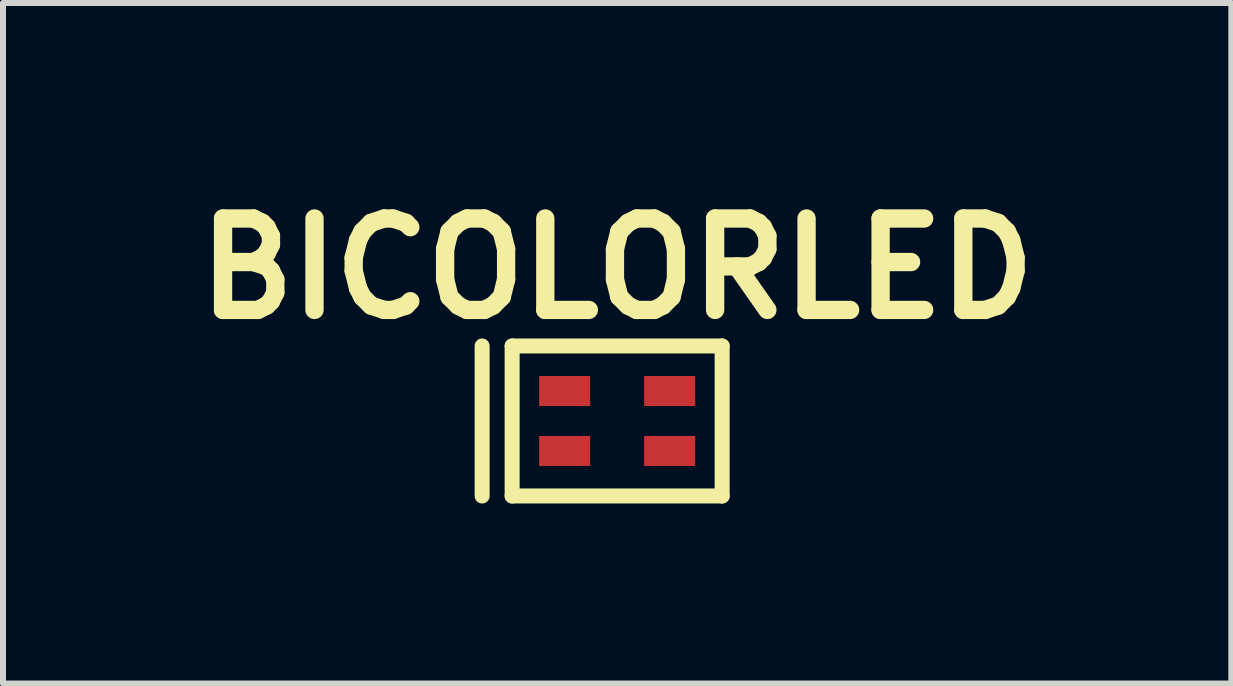
<source format=kicad_pcb>
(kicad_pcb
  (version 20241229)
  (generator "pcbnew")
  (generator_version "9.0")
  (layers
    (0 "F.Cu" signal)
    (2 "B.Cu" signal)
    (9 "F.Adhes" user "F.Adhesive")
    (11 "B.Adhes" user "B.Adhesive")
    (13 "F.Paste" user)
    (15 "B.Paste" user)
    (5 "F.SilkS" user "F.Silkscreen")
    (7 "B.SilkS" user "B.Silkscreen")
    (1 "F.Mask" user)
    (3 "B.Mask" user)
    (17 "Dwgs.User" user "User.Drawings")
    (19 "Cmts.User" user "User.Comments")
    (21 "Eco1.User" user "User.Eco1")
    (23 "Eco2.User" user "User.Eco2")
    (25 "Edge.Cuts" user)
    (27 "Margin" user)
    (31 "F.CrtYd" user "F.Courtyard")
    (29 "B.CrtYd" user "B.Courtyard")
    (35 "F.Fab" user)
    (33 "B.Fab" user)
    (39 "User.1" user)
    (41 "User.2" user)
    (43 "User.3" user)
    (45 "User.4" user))
  (footprint "BICOLORLED"
    (placed yes)
    (layer "F.Cu")
    (at 7.235 3.966)
    (property "Reference" "BICOLORLED" (at 0 -2.54 0) (layer "F.SilkS") (effects (font (size 1.524 1.524) (thickness 0.305))))
    (attr through_hole)
    (fp_line (start -2.25 -1.25) (end -2.25 1.25) (stroke (width 0.25) (type solid)) (layer "F.SilkS"))
    (fp_line (start -1.75 -1.25) (end 1.75 -1.25) (stroke (width 0.25) (type solid)) (layer "F.SilkS"))
    (fp_line (start -1.75 1.25) (end -1.75 -1.25) (stroke (width 0.25) (type solid)) (layer "F.SilkS"))
    (fp_line (start 1.75 -1.25) (end 1.75 1.25) (stroke (width 0.25) (type solid)) (layer "F.SilkS"))
    (fp_line (start 1.75 1.25) (end -1.75 1.25) (stroke (width 0.25) (type solid)) (layer "F.SilkS"))
    (pad "1" smd rect (at 0.875 -0.5) (size 0.85 0.5) (layers "F.Cu" "F.Mask" "F.Paste"))
    (pad "2" smd rect (at -0.875 -0.5) (size 0.85 0.5) (layers "F.Cu" "F.Mask" "F.Paste"))
    (pad "3" smd rect (at 0.875 0.5) (size 0.85 0.5) (layers "F.Cu" "F.Mask" "F.Paste"))
    (pad "4" smd rect (at -0.875 0.5) (size 0.85 0.5) (layers "F.Cu" "F.Mask" "F.Paste")))
  (gr_rect
    (start -3 -3)
    (end 17.471 8.341)
    (stroke (width 0.1) (type default))
    (fill no)
    (layer "Edge.Cuts")))
</source>
